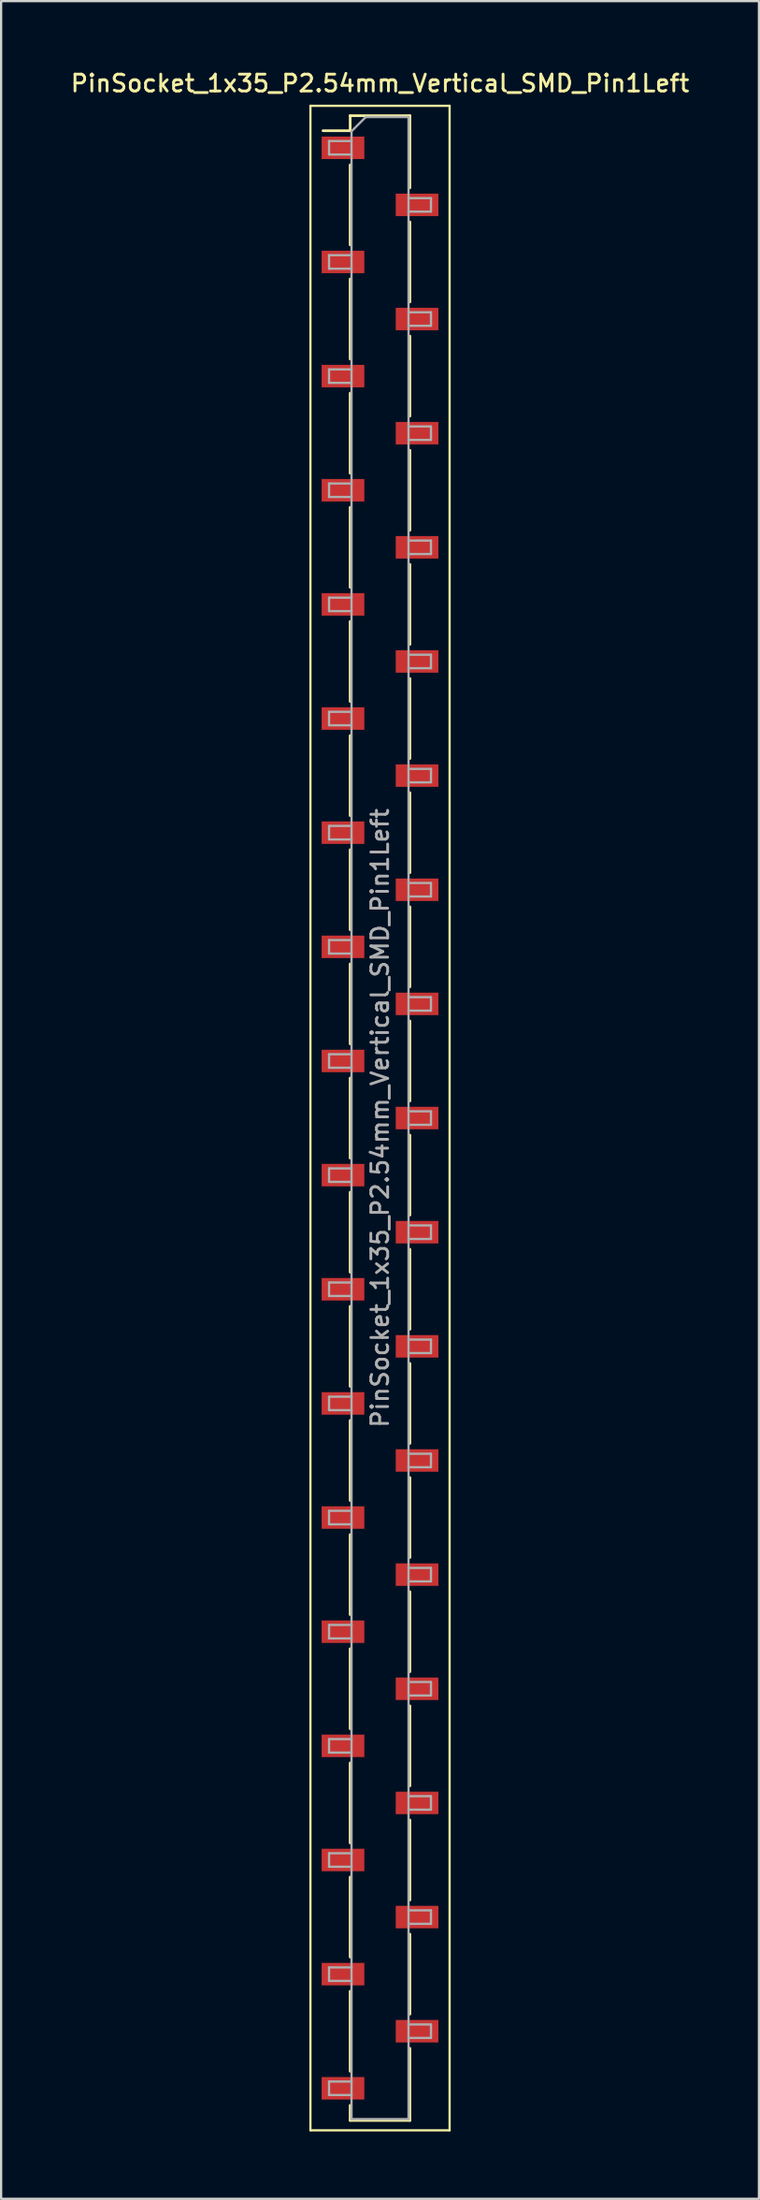
<source format=kicad_pcb>
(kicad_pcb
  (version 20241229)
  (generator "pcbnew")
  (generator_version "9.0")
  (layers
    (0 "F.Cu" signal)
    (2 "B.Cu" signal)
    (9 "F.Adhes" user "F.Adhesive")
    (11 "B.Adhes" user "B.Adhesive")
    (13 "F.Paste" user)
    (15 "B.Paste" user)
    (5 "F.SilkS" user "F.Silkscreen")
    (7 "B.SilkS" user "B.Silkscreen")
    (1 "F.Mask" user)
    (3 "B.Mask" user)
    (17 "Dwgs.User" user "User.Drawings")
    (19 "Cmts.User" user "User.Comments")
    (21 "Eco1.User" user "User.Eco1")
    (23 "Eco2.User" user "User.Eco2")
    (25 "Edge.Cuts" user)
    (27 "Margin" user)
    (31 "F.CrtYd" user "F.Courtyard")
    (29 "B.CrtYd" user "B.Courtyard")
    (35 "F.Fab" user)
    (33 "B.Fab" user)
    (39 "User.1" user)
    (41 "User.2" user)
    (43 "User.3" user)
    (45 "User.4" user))
  (footprint "PinSocket_1x35_P2.54mm_Vertical_SMD_Pin1Left"
    (layer "F.Cu")
    (at 13.88 46.708)
    (property "Reference" "PinSocket_1x35_P2.54mm_Vertical_SMD_Pin1Left" (at 0 -46.05 0) (layer "F.SilkS") (effects (font (size 0.75 0.75) (thickness 0.125))))
    (attr smd)
    (fp_line (start -3.1 -45.05) (end 3.1 -45.05) (stroke (width 0.1) (type solid)) (layer "F.SilkS"))
    (fp_line (start -3.1 45.05) (end -3.1 -45.05) (stroke (width 0.1) (type solid)) (layer "F.SilkS"))
    (fp_line (start -2.54 -43.94) (end -1.33 -43.94) (stroke (width 0.12) (type solid)) (layer "F.SilkS"))
    (fp_line (start -1.33 -44.61) (end -1.33 -43.94) (stroke (width 0.12) (type solid)) (layer "F.SilkS"))
    (fp_line (start -1.33 -44.61) (end 1.33 -44.61) (stroke (width 0.12) (type solid)) (layer "F.SilkS"))
    (fp_line (start -1.33 -42.42) (end -1.33 -38.86) (stroke (width 0.12) (type solid)) (layer "F.SilkS"))
    (fp_line (start -1.33 -37.34) (end -1.33 -33.78) (stroke (width 0.12) (type solid)) (layer "F.SilkS"))
    (fp_line (start -1.33 -32.26) (end -1.33 -28.7) (stroke (width 0.12) (type solid)) (layer "F.SilkS"))
    (fp_line (start -1.33 -27.18) (end -1.33 -23.62) (stroke (width 0.12) (type solid)) (layer "F.SilkS"))
    (fp_line (start -1.33 -22.1) (end -1.33 -18.54) (stroke (width 0.12) (type solid)) (layer "F.SilkS"))
    (fp_line (start -1.33 -17.02) (end -1.33 -13.46) (stroke (width 0.12) (type solid)) (layer "F.SilkS"))
    (fp_line (start -1.33 -11.94) (end -1.33 -8.38) (stroke (width 0.12) (type solid)) (layer "F.SilkS"))
    (fp_line (start -1.33 -6.86) (end -1.33 -3.3) (stroke (width 0.12) (type solid)) (layer "F.SilkS"))
    (fp_line (start -1.33 -1.78) (end -1.33 1.78) (stroke (width 0.12) (type solid)) (layer "F.SilkS"))
    (fp_line (start -1.33 3.3) (end -1.33 6.86) (stroke (width 0.12) (type solid)) (layer "F.SilkS"))
    (fp_line (start -1.33 8.38) (end -1.33 11.94) (stroke (width 0.12) (type solid)) (layer "F.SilkS"))
    (fp_line (start -1.33 13.46) (end -1.33 17.02) (stroke (width 0.12) (type solid)) (layer "F.SilkS"))
    (fp_line (start -1.33 18.54) (end -1.33 22.1) (stroke (width 0.12) (type solid)) (layer "F.SilkS"))
    (fp_line (start -1.33 23.62) (end -1.33 27.18) (stroke (width 0.12) (type solid)) (layer "F.SilkS"))
    (fp_line (start -1.33 28.7) (end -1.33 32.26) (stroke (width 0.12) (type solid)) (layer "F.SilkS"))
    (fp_line (start -1.33 33.78) (end -1.33 37.34) (stroke (width 0.12) (type solid)) (layer "F.SilkS"))
    (fp_line (start -1.33 38.86) (end -1.33 42.42) (stroke (width 0.12) (type solid)) (layer "F.SilkS"))
    (fp_line (start -1.33 43.94) (end -1.33 44.61) (stroke (width 0.12) (type solid)) (layer "F.SilkS"))
    (fp_line (start -1.33 44.61) (end 1.33 44.61) (stroke (width 0.12) (type solid)) (layer "F.SilkS"))
    (fp_line (start 1.33 -44.61) (end 1.33 -41.4) (stroke (width 0.12) (type solid)) (layer "F.SilkS"))
    (fp_line (start 1.33 -39.88) (end 1.33 -36.32) (stroke (width 0.12) (type solid)) (layer "F.SilkS"))
    (fp_line (start 1.33 -34.8) (end 1.33 -31.24) (stroke (width 0.12) (type solid)) (layer "F.SilkS"))
    (fp_line (start 1.33 -29.72) (end 1.33 -26.16) (stroke (width 0.12) (type solid)) (layer "F.SilkS"))
    (fp_line (start 1.33 -24.64) (end 1.33 -21.08) (stroke (width 0.12) (type solid)) (layer "F.SilkS"))
    (fp_line (start 1.33 -19.56) (end 1.33 -16) (stroke (width 0.12) (type solid)) (layer "F.SilkS"))
    (fp_line (start 1.33 -14.48) (end 1.33 -10.92) (stroke (width 0.12) (type solid)) (layer "F.SilkS"))
    (fp_line (start 1.33 -9.4) (end 1.33 -5.84) (stroke (width 0.12) (type solid)) (layer "F.SilkS"))
    (fp_line (start 1.33 -4.32) (end 1.33 -0.76) (stroke (width 0.12) (type solid)) (layer "F.SilkS"))
    (fp_line (start 1.33 0.76) (end 1.33 4.32) (stroke (width 0.12) (type solid)) (layer "F.SilkS"))
    (fp_line (start 1.33 5.84) (end 1.33 9.4) (stroke (width 0.12) (type solid)) (layer "F.SilkS"))
    (fp_line (start 1.33 10.92) (end 1.33 14.48) (stroke (width 0.12) (type solid)) (layer "F.SilkS"))
    (fp_line (start 1.33 16) (end 1.33 19.56) (stroke (width 0.12) (type solid)) (layer "F.SilkS"))
    (fp_line (start 1.33 21.08) (end 1.33 24.64) (stroke (width 0.12) (type solid)) (layer "F.SilkS"))
    (fp_line (start 1.33 26.16) (end 1.33 29.72) (stroke (width 0.12) (type solid)) (layer "F.SilkS"))
    (fp_line (start 1.33 31.24) (end 1.33 34.8) (stroke (width 0.12) (type solid)) (layer "F.SilkS"))
    (fp_line (start 1.33 36.32) (end 1.33 39.88) (stroke (width 0.12) (type solid)) (layer "F.SilkS"))
    (fp_line (start 1.33 41.4) (end 1.33 44.61) (stroke (width 0.12) (type solid)) (layer "F.SilkS"))
    (fp_line (start 3.1 -45.05) (end 3.1 45.05) (stroke (width 0.1) (type solid)) (layer "F.SilkS"))
    (fp_line (start 3.1 45.05) (end -3.1 45.05) (stroke (width 0.1) (type solid)) (layer "F.SilkS"))
    (fp_line (start -2.27 -43.48) (end -1.27 -43.48) (stroke (width 0.1) (type solid)) (layer "F.Fab"))
    (fp_line (start -2.27 -42.88) (end -2.27 -43.48) (stroke (width 0.1) (type solid)) (layer "F.Fab"))
    (fp_line (start -2.27 -38.4) (end -1.27 -38.4) (stroke (width 0.1) (type solid)) (layer "F.Fab"))
    (fp_line (start -2.27 -37.8) (end -2.27 -38.4) (stroke (width 0.1) (type solid)) (layer "F.Fab"))
    (fp_line (start -2.27 -33.32) (end -1.27 -33.32) (stroke (width 0.1) (type solid)) (layer "F.Fab"))
    (fp_line (start -2.27 -32.72) (end -2.27 -33.32) (stroke (width 0.1) (type solid)) (layer "F.Fab"))
    (fp_line (start -2.27 -28.24) (end -1.27 -28.24) (stroke (width 0.1) (type solid)) (layer "F.Fab"))
    (fp_line (start -2.27 -27.64) (end -2.27 -28.24) (stroke (width 0.1) (type solid)) (layer "F.Fab"))
    (fp_line (start -2.27 -23.16) (end -1.27 -23.16) (stroke (width 0.1) (type solid)) (layer "F.Fab"))
    (fp_line (start -2.27 -22.56) (end -2.27 -23.16) (stroke (width 0.1) (type solid)) (layer "F.Fab"))
    (fp_line (start -2.27 -18.08) (end -1.27 -18.08) (stroke (width 0.1) (type solid)) (layer "F.Fab"))
    (fp_line (start -2.27 -17.48) (end -2.27 -18.08) (stroke (width 0.1) (type solid)) (layer "F.Fab"))
    (fp_line (start -2.27 -13) (end -1.27 -13) (stroke (width 0.1) (type solid)) (layer "F.Fab"))
    (fp_line (start -2.27 -12.4) (end -2.27 -13) (stroke (width 0.1) (type solid)) (layer "F.Fab"))
    (fp_line (start -2.27 -7.92) (end -1.27 -7.92) (stroke (width 0.1) (type solid)) (layer "F.Fab"))
    (fp_line (start -2.27 -7.32) (end -2.27 -7.92) (stroke (width 0.1) (type solid)) (layer "F.Fab"))
    (fp_line (start -2.27 -2.84) (end -1.27 -2.84) (stroke (width 0.1) (type solid)) (layer "F.Fab"))
    (fp_line (start -2.27 -2.24) (end -2.27 -2.84) (stroke (width 0.1) (type solid)) (layer "F.Fab"))
    (fp_line (start -2.27 2.24) (end -1.27 2.24) (stroke (width 0.1) (type solid)) (layer "F.Fab"))
    (fp_line (start -2.27 2.84) (end -2.27 2.24) (stroke (width 0.1) (type solid)) (layer "F.Fab"))
    (fp_line (start -2.27 7.32) (end -1.27 7.32) (stroke (width 0.1) (type solid)) (layer "F.Fab"))
    (fp_line (start -2.27 7.92) (end -2.27 7.32) (stroke (width 0.1) (type solid)) (layer "F.Fab"))
    (fp_line (start -2.27 12.4) (end -1.27 12.4) (stroke (width 0.1) (type solid)) (layer "F.Fab"))
    (fp_line (start -2.27 13) (end -2.27 12.4) (stroke (width 0.1) (type solid)) (layer "F.Fab"))
    (fp_line (start -2.27 17.48) (end -1.27 17.48) (stroke (width 0.1) (type solid)) (layer "F.Fab"))
    (fp_line (start -2.27 18.08) (end -2.27 17.48) (stroke (width 0.1) (type solid)) (layer "F.Fab"))
    (fp_line (start -2.27 22.56) (end -1.27 22.56) (stroke (width 0.1) (type solid)) (layer "F.Fab"))
    (fp_line (start -2.27 23.16) (end -2.27 22.56) (stroke (width 0.1) (type solid)) (layer "F.Fab"))
    (fp_line (start -2.27 27.64) (end -1.27 27.64) (stroke (width 0.1) (type solid)) (layer "F.Fab"))
    (fp_line (start -2.27 28.24) (end -2.27 27.64) (stroke (width 0.1) (type solid)) (layer "F.Fab"))
    (fp_line (start -2.27 32.72) (end -1.27 32.72) (stroke (width 0.1) (type solid)) (layer "F.Fab"))
    (fp_line (start -2.27 33.32) (end -2.27 32.72) (stroke (width 0.1) (type solid)) (layer "F.Fab"))
    (fp_line (start -2.27 37.8) (end -1.27 37.8) (stroke (width 0.1) (type solid)) (layer "F.Fab"))
    (fp_line (start -2.27 38.4) (end -2.27 37.8) (stroke (width 0.1) (type solid)) (layer "F.Fab"))
    (fp_line (start -2.27 42.88) (end -1.27 42.88) (stroke (width 0.1) (type solid)) (layer "F.Fab"))
    (fp_line (start -2.27 43.48) (end -2.27 42.88) (stroke (width 0.1) (type solid)) (layer "F.Fab"))
    (fp_line (start -1.27 -43.915) (end -0.635 -44.55) (stroke (width 0.1) (type solid)) (layer "F.Fab"))
    (fp_line (start -1.27 -42.88) (end -2.27 -42.88) (stroke (width 0.1) (type solid)) (layer "F.Fab"))
    (fp_line (start -1.27 -37.8) (end -2.27 -37.8) (stroke (width 0.1) (type solid)) (layer "F.Fab"))
    (fp_line (start -1.27 -32.72) (end -2.27 -32.72) (stroke (width 0.1) (type solid)) (layer "F.Fab"))
    (fp_line (start -1.27 -27.64) (end -2.27 -27.64) (stroke (width 0.1) (type solid)) (layer "F.Fab"))
    (fp_line (start -1.27 -22.56) (end -2.27 -22.56) (stroke (width 0.1) (type solid)) (layer "F.Fab"))
    (fp_line (start -1.27 -17.48) (end -2.27 -17.48) (stroke (width 0.1) (type solid)) (layer "F.Fab"))
    (fp_line (start -1.27 -12.4) (end -2.27 -12.4) (stroke (width 0.1) (type solid)) (layer "F.Fab"))
    (fp_line (start -1.27 -7.32) (end -2.27 -7.32) (stroke (width 0.1) (type solid)) (layer "F.Fab"))
    (fp_line (start -1.27 -2.24) (end -2.27 -2.24) (stroke (width 0.1) (type solid)) (layer "F.Fab"))
    (fp_line (start -1.27 2.84) (end -2.27 2.84) (stroke (width 0.1) (type solid)) (layer "F.Fab"))
    (fp_line (start -1.27 7.92) (end -2.27 7.92) (stroke (width 0.1) (type solid)) (layer "F.Fab"))
    (fp_line (start -1.27 13) (end -2.27 13) (stroke (width 0.1) (type solid)) (layer "F.Fab"))
    (fp_line (start -1.27 18.08) (end -2.27 18.08) (stroke (width 0.1) (type solid)) (layer "F.Fab"))
    (fp_line (start -1.27 23.16) (end -2.27 23.16) (stroke (width 0.1) (type solid)) (layer "F.Fab"))
    (fp_line (start -1.27 28.24) (end -2.27 28.24) (stroke (width 0.1) (type solid)) (layer "F.Fab"))
    (fp_line (start -1.27 33.32) (end -2.27 33.32) (stroke (width 0.1) (type solid)) (layer "F.Fab"))
    (fp_line (start -1.27 38.4) (end -2.27 38.4) (stroke (width 0.1) (type solid)) (layer "F.Fab"))
    (fp_line (start -1.27 43.48) (end -2.27 43.48) (stroke (width 0.1) (type solid)) (layer "F.Fab"))
    (fp_line (start -1.27 44.55) (end -1.27 -43.915) (stroke (width 0.1) (type solid)) (layer "F.Fab"))
    (fp_line (start -0.635 -44.55) (end 1.27 -44.55) (stroke (width 0.1) (type solid)) (layer "F.Fab"))
    (fp_line (start 1.27 -44.55) (end 1.27 44.55) (stroke (width 0.1) (type solid)) (layer "F.Fab"))
    (fp_line (start 1.27 -40.94) (end 2.27 -40.94) (stroke (width 0.1) (type solid)) (layer "F.Fab"))
    (fp_line (start 1.27 -35.86) (end 2.27 -35.86) (stroke (width 0.1) (type solid)) (layer "F.Fab"))
    (fp_line (start 1.27 -30.78) (end 2.27 -30.78) (stroke (width 0.1) (type solid)) (layer "F.Fab"))
    (fp_line (start 1.27 -25.7) (end 2.27 -25.7) (stroke (width 0.1) (type solid)) (layer "F.Fab"))
    (fp_line (start 1.27 -20.62) (end 2.27 -20.62) (stroke (width 0.1) (type solid)) (layer "F.Fab"))
    (fp_line (start 1.27 -15.54) (end 2.27 -15.54) (stroke (width 0.1) (type solid)) (layer "F.Fab"))
    (fp_line (start 1.27 -10.46) (end 2.27 -10.46) (stroke (width 0.1) (type solid)) (layer "F.Fab"))
    (fp_line (start 1.27 -5.38) (end 2.27 -5.38) (stroke (width 0.1) (type solid)) (layer "F.Fab"))
    (fp_line (start 1.27 -0.3) (end 2.27 -0.3) (stroke (width 0.1) (type solid)) (layer "F.Fab"))
    (fp_line (start 1.27 4.78) (end 2.27 4.78) (stroke (width 0.1) (type solid)) (layer "F.Fab"))
    (fp_line (start 1.27 9.86) (end 2.27 9.86) (stroke (width 0.1) (type solid)) (layer "F.Fab"))
    (fp_line (start 1.27 14.94) (end 2.27 14.94) (stroke (width 0.1) (type solid)) (layer "F.Fab"))
    (fp_line (start 1.27 20.02) (end 2.27 20.02) (stroke (width 0.1) (type solid)) (layer "F.Fab"))
    (fp_line (start 1.27 25.1) (end 2.27 25.1) (stroke (width 0.1) (type solid)) (layer "F.Fab"))
    (fp_line (start 1.27 30.18) (end 2.27 30.18) (stroke (width 0.1) (type solid)) (layer "F.Fab"))
    (fp_line (start 1.27 35.26) (end 2.27 35.26) (stroke (width 0.1) (type solid)) (layer "F.Fab"))
    (fp_line (start 1.27 40.34) (end 2.27 40.34) (stroke (width 0.1) (type solid)) (layer "F.Fab"))
    (fp_line (start 1.27 44.55) (end -1.27 44.55) (stroke (width 0.1) (type solid)) (layer "F.Fab"))
    (fp_line (start 2.27 -40.94) (end 2.27 -40.34) (stroke (width 0.1) (type solid)) (layer "F.Fab"))
    (fp_line (start 2.27 -40.34) (end 1.27 -40.34) (stroke (width 0.1) (type solid)) (layer "F.Fab"))
    (fp_line (start 2.27 -35.86) (end 2.27 -35.26) (stroke (width 0.1) (type solid)) (layer "F.Fab"))
    (fp_line (start 2.27 -35.26) (end 1.27 -35.26) (stroke (width 0.1) (type solid)) (layer "F.Fab"))
    (fp_line (start 2.27 -30.78) (end 2.27 -30.18) (stroke (width 0.1) (type solid)) (layer "F.Fab"))
    (fp_line (start 2.27 -30.18) (end 1.27 -30.18) (stroke (width 0.1) (type solid)) (layer "F.Fab"))
    (fp_line (start 2.27 -25.7) (end 2.27 -25.1) (stroke (width 0.1) (type solid)) (layer "F.Fab"))
    (fp_line (start 2.27 -25.1) (end 1.27 -25.1) (stroke (width 0.1) (type solid)) (layer "F.Fab"))
    (fp_line (start 2.27 -20.62) (end 2.27 -20.02) (stroke (width 0.1) (type solid)) (layer "F.Fab"))
    (fp_line (start 2.27 -20.02) (end 1.27 -20.02) (stroke (width 0.1) (type solid)) (layer "F.Fab"))
    (fp_line (start 2.27 -15.54) (end 2.27 -14.94) (stroke (width 0.1) (type solid)) (layer "F.Fab"))
    (fp_line (start 2.27 -14.94) (end 1.27 -14.94) (stroke (width 0.1) (type solid)) (layer "F.Fab"))
    (fp_line (start 2.27 -10.46) (end 2.27 -9.86) (stroke (width 0.1) (type solid)) (layer "F.Fab"))
    (fp_line (start 2.27 -9.86) (end 1.27 -9.86) (stroke (width 0.1) (type solid)) (layer "F.Fab"))
    (fp_line (start 2.27 -5.38) (end 2.27 -4.78) (stroke (width 0.1) (type solid)) (layer "F.Fab"))
    (fp_line (start 2.27 -4.78) (end 1.27 -4.78) (stroke (width 0.1) (type solid)) (layer "F.Fab"))
    (fp_line (start 2.27 -0.3) (end 2.27 0.3) (stroke (width 0.1) (type solid)) (layer "F.Fab"))
    (fp_line (start 2.27 0.3) (end 1.27 0.3) (stroke (width 0.1) (type solid)) (layer "F.Fab"))
    (fp_line (start 2.27 4.78) (end 2.27 5.38) (stroke (width 0.1) (type solid)) (layer "F.Fab"))
    (fp_line (start 2.27 5.38) (end 1.27 5.38) (stroke (width 0.1) (type solid)) (layer "F.Fab"))
    (fp_line (start 2.27 9.86) (end 2.27 10.46) (stroke (width 0.1) (type solid)) (layer "F.Fab"))
    (fp_line (start 2.27 10.46) (end 1.27 10.46) (stroke (width 0.1) (type solid)) (layer "F.Fab"))
    (fp_line (start 2.27 14.94) (end 2.27 15.54) (stroke (width 0.1) (type solid)) (layer "F.Fab"))
    (fp_line (start 2.27 15.54) (end 1.27 15.54) (stroke (width 0.1) (type solid)) (layer "F.Fab"))
    (fp_line (start 2.27 20.02) (end 2.27 20.62) (stroke (width 0.1) (type solid)) (layer "F.Fab"))
    (fp_line (start 2.27 20.62) (end 1.27 20.62) (stroke (width 0.1) (type solid)) (layer "F.Fab"))
    (fp_line (start 2.27 25.1) (end 2.27 25.7) (stroke (width 0.1) (type solid)) (layer "F.Fab"))
    (fp_line (start 2.27 25.7) (end 1.27 25.7) (stroke (width 0.1) (type solid)) (layer "F.Fab"))
    (fp_line (start 2.27 30.18) (end 2.27 30.78) (stroke (width 0.1) (type solid)) (layer "F.Fab"))
    (fp_line (start 2.27 30.78) (end 1.27 30.78) (stroke (width 0.1) (type solid)) (layer "F.Fab"))
    (fp_line (start 2.27 35.26) (end 2.27 35.86) (stroke (width 0.1) (type solid)) (layer "F.Fab"))
    (fp_line (start 2.27 35.86) (end 1.27 35.86) (stroke (width 0.1) (type solid)) (layer "F.Fab"))
    (fp_line (start 2.27 40.34) (end 2.27 40.94) (stroke (width 0.1) (type solid)) (layer "F.Fab"))
    (fp_line (start 2.27 40.94) (end 1.27 40.94) (stroke (width 0.1) (type solid)) (layer "F.Fab"))
    (fp_text user "${REFERENCE}" (at 0 0 90) (layer "F.Fab") (effects (font (size 0.75 0.75) (thickness 0.125))))
    (pad "1" smd rect (at -1.65 -43.18) (size 1.9 1) (layers "F.Cu" "F.Mask" "F.Paste"))
    (pad "2" smd rect (at 1.65 -40.64) (size 1.9 1) (layers "F.Cu" "F.Mask" "F.Paste"))
    (pad "3" smd rect (at -1.65 -38.1) (size 1.9 1) (layers "F.Cu" "F.Mask" "F.Paste"))
    (pad "4" smd rect (at 1.65 -35.56) (size 1.9 1) (layers "F.Cu" "F.Mask" "F.Paste"))
    (pad "5" smd rect (at -1.65 -33.02) (size 1.9 1) (layers "F.Cu" "F.Mask" "F.Paste"))
    (pad "6" smd rect (at 1.65 -30.48) (size 1.9 1) (layers "F.Cu" "F.Mask" "F.Paste"))
    (pad "7" smd rect (at -1.65 -27.94) (size 1.9 1) (layers "F.Cu" "F.Mask" "F.Paste"))
    (pad "8" smd rect (at 1.65 -25.4) (size 1.9 1) (layers "F.Cu" "F.Mask" "F.Paste"))
    (pad "9" smd rect (at -1.65 -22.86) (size 1.9 1) (layers "F.Cu" "F.Mask" "F.Paste"))
    (pad "10" smd rect (at 1.65 -20.32) (size 1.9 1) (layers "F.Cu" "F.Mask" "F.Paste"))
    (pad "11" smd rect (at -1.65 -17.78) (size 1.9 1) (layers "F.Cu" "F.Mask" "F.Paste"))
    (pad "12" smd rect (at 1.65 -15.24) (size 1.9 1) (layers "F.Cu" "F.Mask" "F.Paste"))
    (pad "13" smd rect (at -1.65 -12.7) (size 1.9 1) (layers "F.Cu" "F.Mask" "F.Paste"))
    (pad "14" smd rect (at 1.65 -10.16) (size 1.9 1) (layers "F.Cu" "F.Mask" "F.Paste"))
    (pad "15" smd rect (at -1.65 -7.62) (size 1.9 1) (layers "F.Cu" "F.Mask" "F.Paste"))
    (pad "16" smd rect (at 1.65 -5.08) (size 1.9 1) (layers "F.Cu" "F.Mask" "F.Paste"))
    (pad "17" smd rect (at -1.65 -2.54) (size 1.9 1) (layers "F.Cu" "F.Mask" "F.Paste"))
    (pad "18" smd rect (at 1.65 0) (size 1.9 1) (layers "F.Cu" "F.Mask" "F.Paste"))
    (pad "19" smd rect (at -1.65 2.54) (size 1.9 1) (layers "F.Cu" "F.Mask" "F.Paste"))
    (pad "20" smd rect (at 1.65 5.08) (size 1.9 1) (layers "F.Cu" "F.Mask" "F.Paste"))
    (pad "21" smd rect (at -1.65 7.62) (size 1.9 1) (layers "F.Cu" "F.Mask" "F.Paste"))
    (pad "22" smd rect (at 1.65 10.16) (size 1.9 1) (layers "F.Cu" "F.Mask" "F.Paste"))
    (pad "23" smd rect (at -1.65 12.7) (size 1.9 1) (layers "F.Cu" "F.Mask" "F.Paste"))
    (pad "24" smd rect (at 1.65 15.24) (size 1.9 1) (layers "F.Cu" "F.Mask" "F.Paste"))
    (pad "25" smd rect (at -1.65 17.78) (size 1.9 1) (layers "F.Cu" "F.Mask" "F.Paste"))
    (pad "26" smd rect (at 1.65 20.32) (size 1.9 1) (layers "F.Cu" "F.Mask" "F.Paste"))
    (pad "27" smd rect (at -1.65 22.86) (size 1.9 1) (layers "F.Cu" "F.Mask" "F.Paste"))
    (pad "28" smd rect (at 1.65 25.4) (size 1.9 1) (layers "F.Cu" "F.Mask" "F.Paste"))
    (pad "29" smd rect (at -1.65 27.94) (size 1.9 1) (layers "F.Cu" "F.Mask" "F.Paste"))
    (pad "30" smd rect (at 1.65 30.48) (size 1.9 1) (layers "F.Cu" "F.Mask" "F.Paste"))
    (pad "31" smd rect (at -1.65 33.02) (size 1.9 1) (layers "F.Cu" "F.Mask" "F.Paste"))
    (pad "32" smd rect (at 1.65 35.56) (size 1.9 1) (layers "F.Cu" "F.Mask" "F.Paste"))
    (pad "33" smd rect (at -1.65 38.1) (size 1.9 1) (layers "F.Cu" "F.Mask" "F.Paste"))
    (pad "34" smd rect (at 1.65 40.64) (size 1.9 1) (layers "F.Cu" "F.Mask" "F.Paste"))
    (pad "35" smd rect (at -1.65 43.18) (size 1.9 1) (layers "F.Cu" "F.Mask" "F.Paste")))
  (gr_rect
    (start -3 -3)
    (end 30.761 94.808)
    (stroke (width 0.1) (type default))
    (fill no)
    (layer "Edge.Cuts")))
</source>
